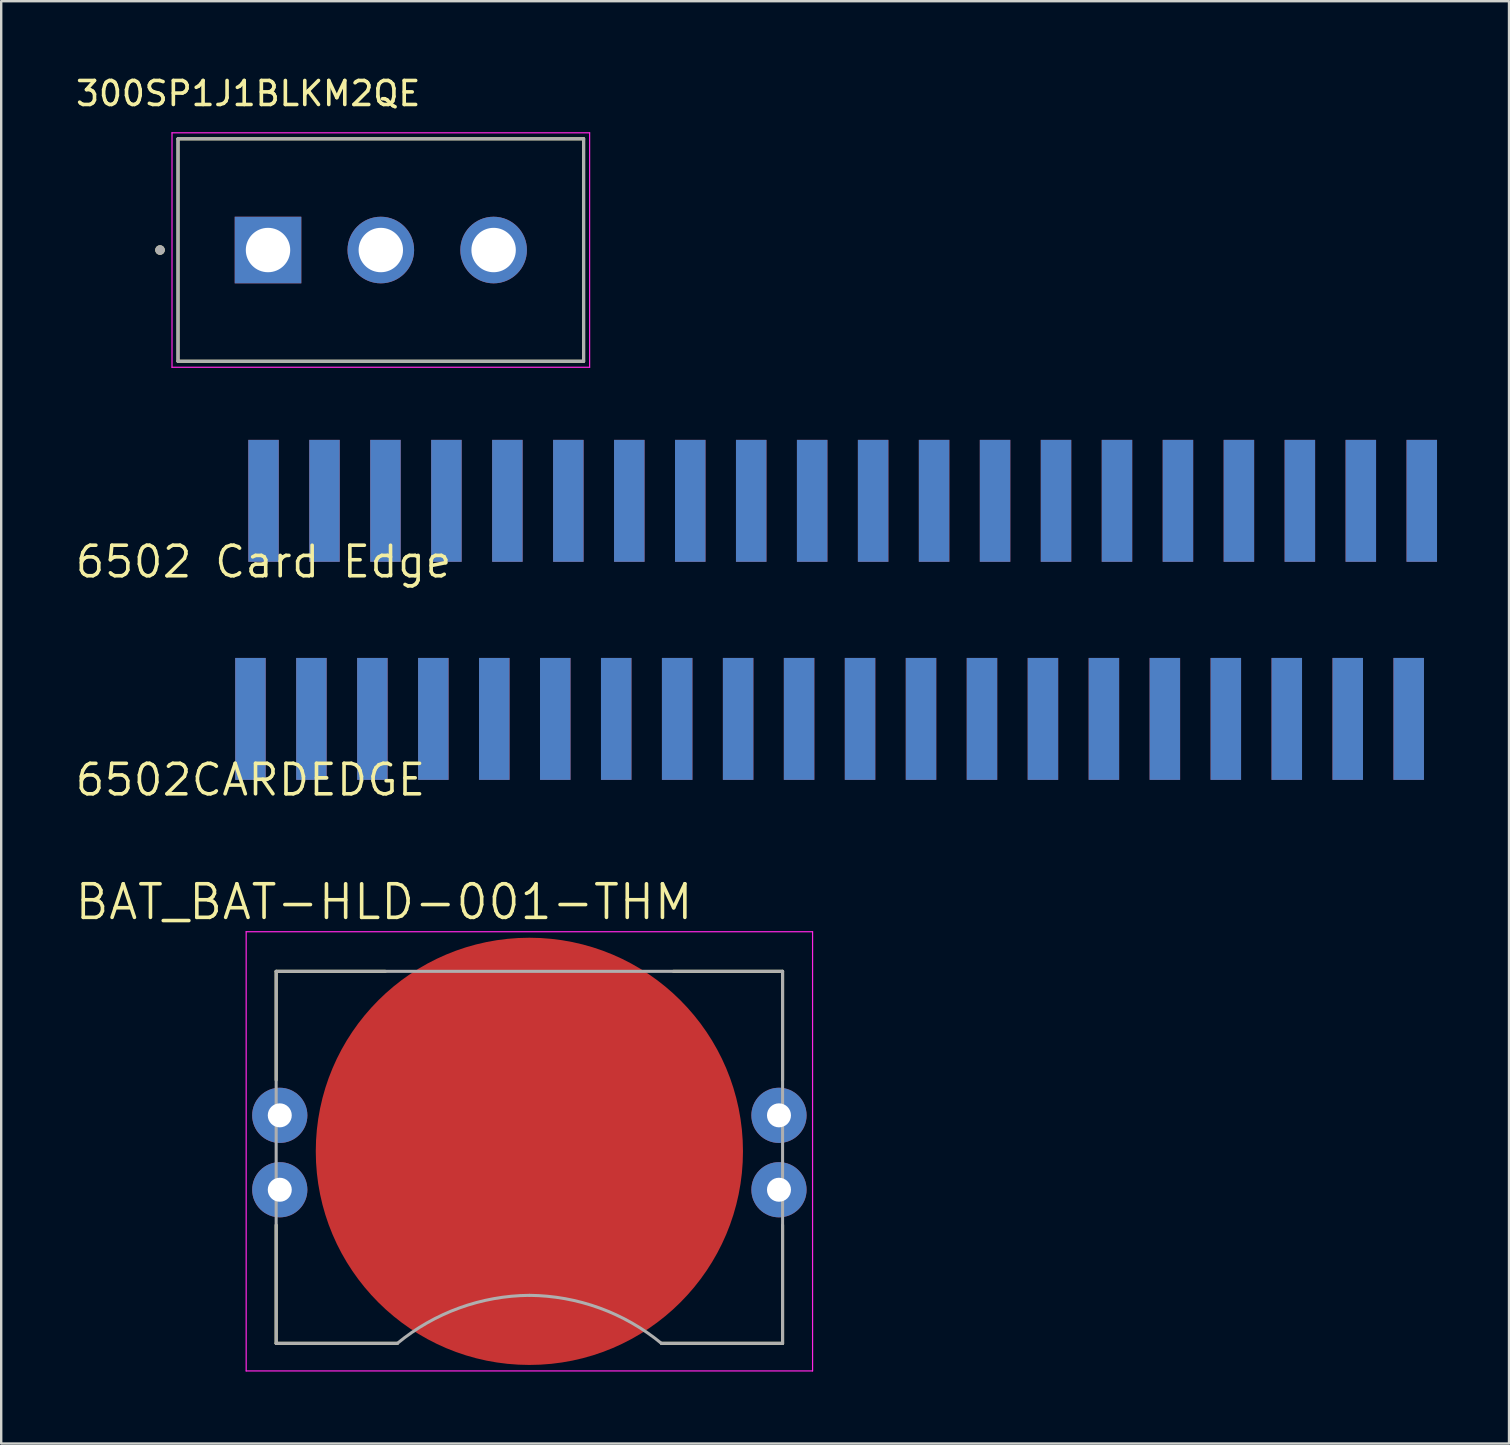
<source format=kicad_pcb>
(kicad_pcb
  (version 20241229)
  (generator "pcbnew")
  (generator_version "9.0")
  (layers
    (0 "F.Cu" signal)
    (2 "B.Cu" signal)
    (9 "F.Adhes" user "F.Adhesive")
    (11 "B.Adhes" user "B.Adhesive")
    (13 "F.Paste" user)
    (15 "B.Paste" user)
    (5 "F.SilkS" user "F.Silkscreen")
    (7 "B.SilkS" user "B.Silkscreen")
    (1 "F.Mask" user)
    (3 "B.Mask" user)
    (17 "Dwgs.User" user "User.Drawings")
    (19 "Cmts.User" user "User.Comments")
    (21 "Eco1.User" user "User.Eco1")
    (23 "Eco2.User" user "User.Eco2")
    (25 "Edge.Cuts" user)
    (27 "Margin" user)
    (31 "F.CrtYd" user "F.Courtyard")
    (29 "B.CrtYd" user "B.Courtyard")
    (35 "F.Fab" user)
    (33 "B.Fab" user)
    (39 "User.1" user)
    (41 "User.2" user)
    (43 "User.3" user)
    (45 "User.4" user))
  (footprint "6502CARDEDGE"
    (layer "F.Cu")
    (at 7.385 29.444)
    (property "Reference" "6502CARDEDGE" (at 0 0 0) (layer "F.SilkS") (effects (font (size 1.27 1.27) (thickness 0.15))))
    (attr smd)
    (pad "A0" smd rect (at 45.72 -2.54 90) (size 5.08 1.27) (layers "B.Cu" "B.Mask" "B.Paste"))
    (pad "A1" smd rect (at 43.18 -2.54 90) (size 5.08 1.27) (layers "B.Cu" "B.Mask" "B.Paste"))
    (pad "A2" smd rect (at 40.64 -2.54 90) (size 5.08 1.27) (layers "B.Cu" "B.Mask" "B.Paste"))
    (pad "A3" smd rect (at 38.1 -2.54 90) (size 5.08 1.27) (layers "B.Cu" "B.Mask" "B.Paste"))
    (pad "A4" smd rect (at 35.56 -2.54 90) (size 5.08 1.27) (layers "B.Cu" "B.Mask" "B.Paste"))
    (pad "A5" smd rect (at 33.02 -2.54 90) (size 5.08 1.27) (layers "B.Cu" "B.Mask" "B.Paste"))
    (pad "A6" smd rect (at 30.48 -2.54 90) (size 5.08 1.27) (layers "B.Cu" "B.Mask" "B.Paste"))
    (pad "A7" smd rect (at 27.94 -2.54 90) (size 5.08 1.27) (layers "B.Cu" "B.Mask" "B.Paste"))
    (pad "A8" smd rect (at 25.4 -2.54 90) (size 5.08 1.27) (layers "B.Cu" "B.Mask" "B.Paste"))
    (pad "A9" smd rect (at 22.86 -2.54 90) (size 5.08 1.27) (layers "B.Cu" "B.Mask" "B.Paste"))
    (pad "A10" smd rect (at 20.32 -2.54 90) (size 5.08 1.27) (layers "B.Cu" "B.Mask" "B.Paste"))
    (pad "A11" smd rect (at 17.78 -2.54 90) (size 5.08 1.27) (layers "B.Cu" "B.Mask" "B.Paste"))
    (pad "A12" smd rect (at 15.24 -2.54 90) (size 5.08 1.27) (layers "B.Cu" "B.Mask" "B.Paste"))
    (pad "A13" smd rect (at 12.7 -2.54 90) (size 5.08 1.27) (layers "B.Cu" "B.Mask" "B.Paste"))
    (pad "A14" smd rect (at 10.16 -2.54 90) (size 5.08 1.27) (layers "B.Cu" "B.Mask" "B.Paste"))
    (pad "A15" smd rect (at 7.62 -2.54 90) (size 5.08 1.27) (layers "B.Cu" "B.Mask" "B.Paste"))
    (pad "BE" smd rect (at 12.7 -2.54 90) (size 5.08 1.27) (layers "F.Cu" "F.Mask" "F.Paste"))
    (pad "D0" smd rect (at 45.72 -2.54 90) (size 5.08 1.27) (layers "F.Cu" "F.Mask" "F.Paste"))
    (pad "D1" smd rect (at 43.18 -2.54 90) (size 5.08 1.27) (layers "F.Cu" "F.Mask" "F.Paste"))
    (pad "D2" smd rect (at 40.64 -2.54 90) (size 5.08 1.27) (layers "F.Cu" "F.Mask" "F.Paste"))
    (pad "D3" smd rect (at 38.1 -2.54 90) (size 5.08 1.27) (layers "F.Cu" "F.Mask" "F.Paste"))
    (pad "D4" smd rect (at 35.56 -2.54 90) (size 5.08 1.27) (layers "F.Cu" "F.Mask" "F.Paste"))
    (pad "D5" smd rect (at 33.02 -2.54 90) (size 5.08 1.27) (layers "F.Cu" "F.Mask" "F.Paste"))
    (pad "D6" smd rect (at 30.48 -2.54 90) (size 5.08 1.27) (layers "F.Cu" "F.Mask" "F.Paste"))
    (pad "D7" smd rect (at 27.94 -2.54 90) (size 5.08 1.27) (layers "F.Cu" "F.Mask" "F.Paste"))
    (pad "EXP0" smd rect (at 5.08 -2.54 90) (size 5.08 1.27) (layers "B.Cu" "B.Mask" "B.Paste"))
    (pad "EXP1" smd rect (at 2.54 -2.54 90) (size 5.08 1.27) (layers "B.Cu" "B.Mask" "B.Paste"))
    (pad "EXP2" smd rect (at 25.4 -2.54 90) (size 5.08 1.27) (layers "F.Cu" "F.Mask" "F.Paste"))
    (pad "EXP3" smd rect (at 22.86 -2.54 90) (size 5.08 1.27) (layers "F.Cu" "F.Mask" "F.Paste"))
    (pad "GND" smd rect (at 0 -2.54 90) (size 5.08 1.27) (layers "F.Cu" "F.Mask" "F.Paste"))
    (pad "GND" smd rect (at 48.26 -2.54 90) (size 5.08 1.27) (layers "B.Cu" "B.Mask" "B.Paste"))
    (pad "IRQB" smd rect (at 5.08 -2.54 90) (size 5.08 1.27) (layers "F.Cu" "F.Mask" "F.Paste"))
    (pad "NMIB" smd rect (at 7.62 -2.54 90) (size 5.08 1.27) (layers "F.Cu" "F.Mask" "F.Paste"))
    (pad "PHI2" smd rect (at 20.32 -2.54 90) (size 5.08 1.27) (layers "F.Cu" "F.Mask" "F.Paste"))
    (pad "RDY" smd rect (at 10.16 -2.54 90) (size 5.08 1.27) (layers "F.Cu" "F.Mask" "F.Paste"))
    (pad "RESB" smd rect (at 2.54 -2.54 90) (size 5.08 1.27) (layers "F.Cu" "F.Mask" "F.Paste"))
    (pad "RWB" smd rect (at 15.24 -2.54 90) (size 5.08 1.27) (layers "F.Cu" "F.Mask" "F.Paste"))
    (pad "SYNC" smd rect (at 17.78 -2.54 90) (size 5.08 1.27) (layers "F.Cu" "F.Mask" "F.Paste"))
    (pad "VCC" smd rect (at 0 -2.54 90) (size 5.08 1.27) (layers "B.Cu" "B.Mask" "B.Paste"))
    (pad "VCC" smd rect (at 48.26 -2.54 90) (size 5.08 1.27) (layers "F.Cu" "F.Mask" "F.Paste")))
  (footprint "BAT_BAT-HLD-001-THM"
    (layer "F.Cu")
    (at 19.007 44.922)
    (property "Reference" "BAT_BAT-HLD-001-THM" (at -6.055 -10.389 0) (layer "F.SilkS") (effects (font (size 1.4 1.4) (thickness 0.15))))
    (attr through_hole)
    (fp_line (start -10.55 -7.5) (end -6 -7.5) (stroke (width 0.127) (type solid)) (layer "F.SilkS"))
    (fp_line (start -10.55 -2.97) (end -10.55 -7.5) (stroke (width 0.127) (type solid)) (layer "F.SilkS"))
    (fp_line (start -10.55 3.07) (end -10.55 8) (stroke (width 0.127) (type solid)) (layer "F.SilkS"))
    (fp_line (start -10.55 8) (end -5.5 8) (stroke (width 0.127) (type solid)) (layer "F.SilkS"))
    (fp_line (start 5.5 8) (end 10.55 8) (stroke (width 0.127) (type solid)) (layer "F.SilkS"))
    (fp_line (start 6 -7.5) (end 10.55 -7.5) (stroke (width 0.127) (type solid)) (layer "F.SilkS"))
    (fp_line (start 10.55 -7.5) (end 10.55 -2.97) (stroke (width 0.127) (type solid)) (layer "F.SilkS"))
    (fp_line (start 10.55 8) (end 10.55 3.07) (stroke (width 0.127) (type solid)) (layer "F.SilkS"))
    (fp_line (start -11.8 -9.15) (end 11.8 -9.15) (stroke (width 0.05) (type solid)) (layer "F.CrtYd"))
    (fp_line (start -11.8 9.15) (end -11.8 -9.15) (stroke (width 0.05) (type solid)) (layer "F.CrtYd"))
    (fp_line (start 11.8 -9.15) (end 11.8 9.15) (stroke (width 0.05) (type solid)) (layer "F.CrtYd"))
    (fp_line (start 11.8 9.15) (end -11.8 9.15) (stroke (width 0.05) (type solid)) (layer "F.CrtYd"))
    (fp_line (start -10.55 -7.5) (end 10.55 -7.5) (stroke (width 0.127) (type solid)) (layer "F.Fab"))
    (fp_line (start -10.55 8) (end -10.55 -7.5) (stroke (width 0.127) (type solid)) (layer "F.Fab"))
    (fp_line (start -5.5 8) (end -10.55 8) (stroke (width 0.127) (type solid)) (layer "F.Fab"))
    (fp_line (start 10.55 -7.5) (end 10.55 8) (stroke (width 0.127) (type solid)) (layer "F.Fab"))
    (fp_line (start 10.55 8) (end 5.5 8) (stroke (width 0.127) (type solid)) (layer "F.Fab"))
    (fp_arc (start -5.5 8) (mid -2.922027 6.526926) (end 0 6) (stroke (width 0.127) (type solid)) (layer "F.Fab"))
    (fp_arc (start 0 6) (mid 2.922027 6.526926) (end 5.5 8) (stroke (width 0.127) (type solid)) (layer "F.Fab"))
    (pad "+" thru_hole circle (at -10.4 -1.5) (size 2.3 2.3) (drill 1) (layers "*.Cu" "*.Mask"))
    (pad "+" thru_hole circle (at -10.4 1.6) (size 2.3 2.3) (drill 1) (layers "*.Cu" "*.Mask"))
    (pad "+" thru_hole circle (at 10.4 -1.5) (size 2.3 2.3) (drill 1) (layers "*.Cu" "*.Mask"))
    (pad "+" thru_hole circle (at 10.4 1.6) (size 2.3 2.3) (drill 1) (layers "*.Cu" "*.Mask"))
    (pad "-" smd circle (at 0 0) (size 17.8 17.8) (layers "F.Cu" "F.Mask")))
  (footprint "6502 Card Edge"
    (layer "F.Cu")
    (at 7.93 20.358)
    (property "Reference" "6502 Card Edge" (at 0 0 0) (layer "F.SilkS") (effects (font (size 1.27 1.27) (thickness 0.15))))
    (attr smd)
    (pad "A0" smd rect (at 45.72 -2.54 90) (size 5.08 1.27) (layers "B.Cu" "B.Mask" "B.Paste"))
    (pad "A1" smd rect (at 43.18 -2.54 90) (size 5.08 1.27) (layers "B.Cu" "B.Mask" "B.Paste"))
    (pad "A2" smd rect (at 40.64 -2.54 90) (size 5.08 1.27) (layers "B.Cu" "B.Mask" "B.Paste"))
    (pad "A3" smd rect (at 38.1 -2.54 90) (size 5.08 1.27) (layers "B.Cu" "B.Mask" "B.Paste"))
    (pad "A4" smd rect (at 35.56 -2.54 90) (size 5.08 1.27) (layers "B.Cu" "B.Mask" "B.Paste"))
    (pad "A5" smd rect (at 33.02 -2.54 90) (size 5.08 1.27) (layers "B.Cu" "B.Mask" "B.Paste"))
    (pad "A6" smd rect (at 30.48 -2.54 90) (size 5.08 1.27) (layers "B.Cu" "B.Mask" "B.Paste"))
    (pad "A7" smd rect (at 27.94 -2.54 90) (size 5.08 1.27) (layers "B.Cu" "B.Mask" "B.Paste"))
    (pad "A8" smd rect (at 25.4 -2.54 90) (size 5.08 1.27) (layers "B.Cu" "B.Mask" "B.Paste"))
    (pad "A9" smd rect (at 22.86 -2.54 90) (size 5.08 1.27) (layers "B.Cu" "B.Mask" "B.Paste"))
    (pad "A10" smd rect (at 20.32 -2.54 90) (size 5.08 1.27) (layers "B.Cu" "B.Mask" "B.Paste"))
    (pad "A11" smd rect (at 17.78 -2.54 90) (size 5.08 1.27) (layers "B.Cu" "B.Mask" "B.Paste"))
    (pad "A12" smd rect (at 15.24 -2.54 90) (size 5.08 1.27) (layers "B.Cu" "B.Mask" "B.Paste"))
    (pad "A13" smd rect (at 12.7 -2.54 90) (size 5.08 1.27) (layers "B.Cu" "B.Mask" "B.Paste"))
    (pad "A14" smd rect (at 10.16 -2.54 90) (size 5.08 1.27) (layers "B.Cu" "B.Mask" "B.Paste"))
    (pad "A15" smd rect (at 7.62 -2.54 90) (size 5.08 1.27) (layers "B.Cu" "B.Mask" "B.Paste"))
    (pad "BE" smd rect (at 12.7 -2.54 90) (size 5.08 1.27) (layers "F.Cu" "F.Mask" "F.Paste"))
    (pad "D0" smd rect (at 45.72 -2.54 90) (size 5.08 1.27) (layers "F.Cu" "F.Mask" "F.Paste"))
    (pad "D1" smd rect (at 43.18 -2.54 90) (size 5.08 1.27) (layers "F.Cu" "F.Mask" "F.Paste"))
    (pad "D2" smd rect (at 40.64 -2.54 90) (size 5.08 1.27) (layers "F.Cu" "F.Mask" "F.Paste"))
    (pad "D3" smd rect (at 38.1 -2.54 90) (size 5.08 1.27) (layers "F.Cu" "F.Mask" "F.Paste"))
    (pad "D4" smd rect (at 35.56 -2.54 90) (size 5.08 1.27) (layers "F.Cu" "F.Mask" "F.Paste"))
    (pad "D5" smd rect (at 33.02 -2.54 90) (size 5.08 1.27) (layers "F.Cu" "F.Mask" "F.Paste"))
    (pad "D6" smd rect (at 30.48 -2.54 90) (size 5.08 1.27) (layers "F.Cu" "F.Mask" "F.Paste"))
    (pad "D7" smd rect (at 27.94 -2.54 90) (size 5.08 1.27) (layers "F.Cu" "F.Mask" "F.Paste"))
    (pad "EXP0" smd rect (at 5.08 -2.54 90) (size 5.08 1.27) (layers "B.Cu" "B.Mask" "B.Paste"))
    (pad "EXP1" smd rect (at 2.54 -2.54 90) (size 5.08 1.27) (layers "B.Cu" "B.Mask" "B.Paste"))
    (pad "EXP2" smd rect (at 25.4 -2.54 90) (size 5.08 1.27) (layers "F.Cu" "F.Mask" "F.Paste"))
    (pad "EXP3" smd rect (at 22.86 -2.54 90) (size 5.08 1.27) (layers "F.Cu" "F.Mask" "F.Paste"))
    (pad "GND" smd rect (at 0 -2.54 90) (size 5.08 1.27) (layers "F.Cu" "F.Mask" "F.Paste"))
    (pad "GND" smd rect (at 48.26 -2.54 90) (size 5.08 1.27) (layers "B.Cu" "B.Mask" "B.Paste"))
    (pad "IRQB" smd rect (at 5.08 -2.54 90) (size 5.08 1.27) (layers "F.Cu" "F.Mask" "F.Paste"))
    (pad "NMIB" smd rect (at 7.62 -2.54 90) (size 5.08 1.27) (layers "F.Cu" "F.Mask" "F.Paste"))
    (pad "PHI2" smd rect (at 20.32 -2.54 90) (size 5.08 1.27) (layers "F.Cu" "F.Mask" "F.Paste"))
    (pad "RDY" smd rect (at 10.16 -2.54 90) (size 5.08 1.27) (layers "F.Cu" "F.Mask" "F.Paste"))
    (pad "RESB" smd rect (at 2.54 -2.54 90) (size 5.08 1.27) (layers "F.Cu" "F.Mask" "F.Paste"))
    (pad "RWB" smd rect (at 15.24 -2.54 90) (size 5.08 1.27) (layers "F.Cu" "F.Mask" "F.Paste"))
    (pad "SYNC" smd rect (at 17.78 -2.54 90) (size 5.08 1.27) (layers "F.Cu" "F.Mask" "F.Paste"))
    (pad "VCC" smd rect (at 0 -2.54 90) (size 5.08 1.27) (layers "B.Cu" "B.Mask" "B.Paste"))
    (pad "VCC" smd rect (at 48.26 -2.54 90) (size 5.08 1.27) (layers "F.Cu" "F.Mask" "F.Paste")))
  (footprint "300SP1J1BLKM2QE"
    (layer "F.Cu")
    (at 12.817 7.368)
    (property "Reference" "300SP1J1BLKM2QE" (at -5.525 -6.52 0) (layer "F.SilkS") (effects (font (size 1 1) (thickness 0.15))))
    (attr through_hole)
    (fp_line (start -8.45 -4.635) (end -8.45 4.635) (stroke (width 0.127) (type solid)) (layer "F.SilkS"))
    (fp_line (start -8.45 4.635) (end 8.45 4.635) (stroke (width 0.127) (type solid)) (layer "F.SilkS"))
    (fp_line (start 8.45 -4.635) (end -8.45 -4.635) (stroke (width 0.127) (type solid)) (layer "F.SilkS"))
    (fp_line (start 8.45 4.635) (end 8.45 -4.635) (stroke (width 0.127) (type solid)) (layer "F.SilkS"))
    (fp_circle (center -9.2 0) (end -9.1 0) (stroke (width 0.2) (type solid)) (fill no) (layer "F.SilkS"))
    (fp_line (start -8.7 -4.885) (end -8.7 4.885) (stroke (width 0.05) (type solid)) (layer "F.CrtYd"))
    (fp_line (start -8.7 4.885) (end 8.7 4.885) (stroke (width 0.05) (type solid)) (layer "F.CrtYd"))
    (fp_line (start 8.7 -4.885) (end -8.7 -4.885) (stroke (width 0.05) (type solid)) (layer "F.CrtYd"))
    (fp_line (start 8.7 4.885) (end 8.7 -4.885) (stroke (width 0.05) (type solid)) (layer "F.CrtYd"))
    (fp_line (start -8.45 -4.635) (end -8.45 4.635) (stroke (width 0.127) (type solid)) (layer "F.Fab"))
    (fp_line (start -8.45 4.635) (end 8.45 4.635) (stroke (width 0.127) (type solid)) (layer "F.Fab"))
    (fp_line (start 8.45 -4.635) (end -8.45 -4.635) (stroke (width 0.127) (type solid)) (layer "F.Fab"))
    (fp_line (start 8.45 4.635) (end 8.45 -4.635) (stroke (width 0.127) (type solid)) (layer "F.Fab"))
    (fp_circle (center -9.2 0) (end -9.1 0) (stroke (width 0.2) (type solid)) (fill no) (layer "F.Fab"))
    (pad "1" thru_hole rect (at -4.7 0) (size 2.775 2.775) (drill 1.85) (layers "*.Cu" "*.Mask"))
    (pad "2" thru_hole circle (at 0 0) (size 2.775 2.775) (drill 1.85) (layers "*.Cu" "*.Mask"))
    (pad "3" thru_hole circle (at 4.7 0) (size 2.775 2.775) (drill 1.85) (layers "*.Cu" "*.Mask")))
  (gr_rect
    (start -3 -3)
    (end 59.825 57.097)
    (stroke (width 0.1) (type default))
    (fill no)
    (layer "Edge.Cuts")))
</source>
